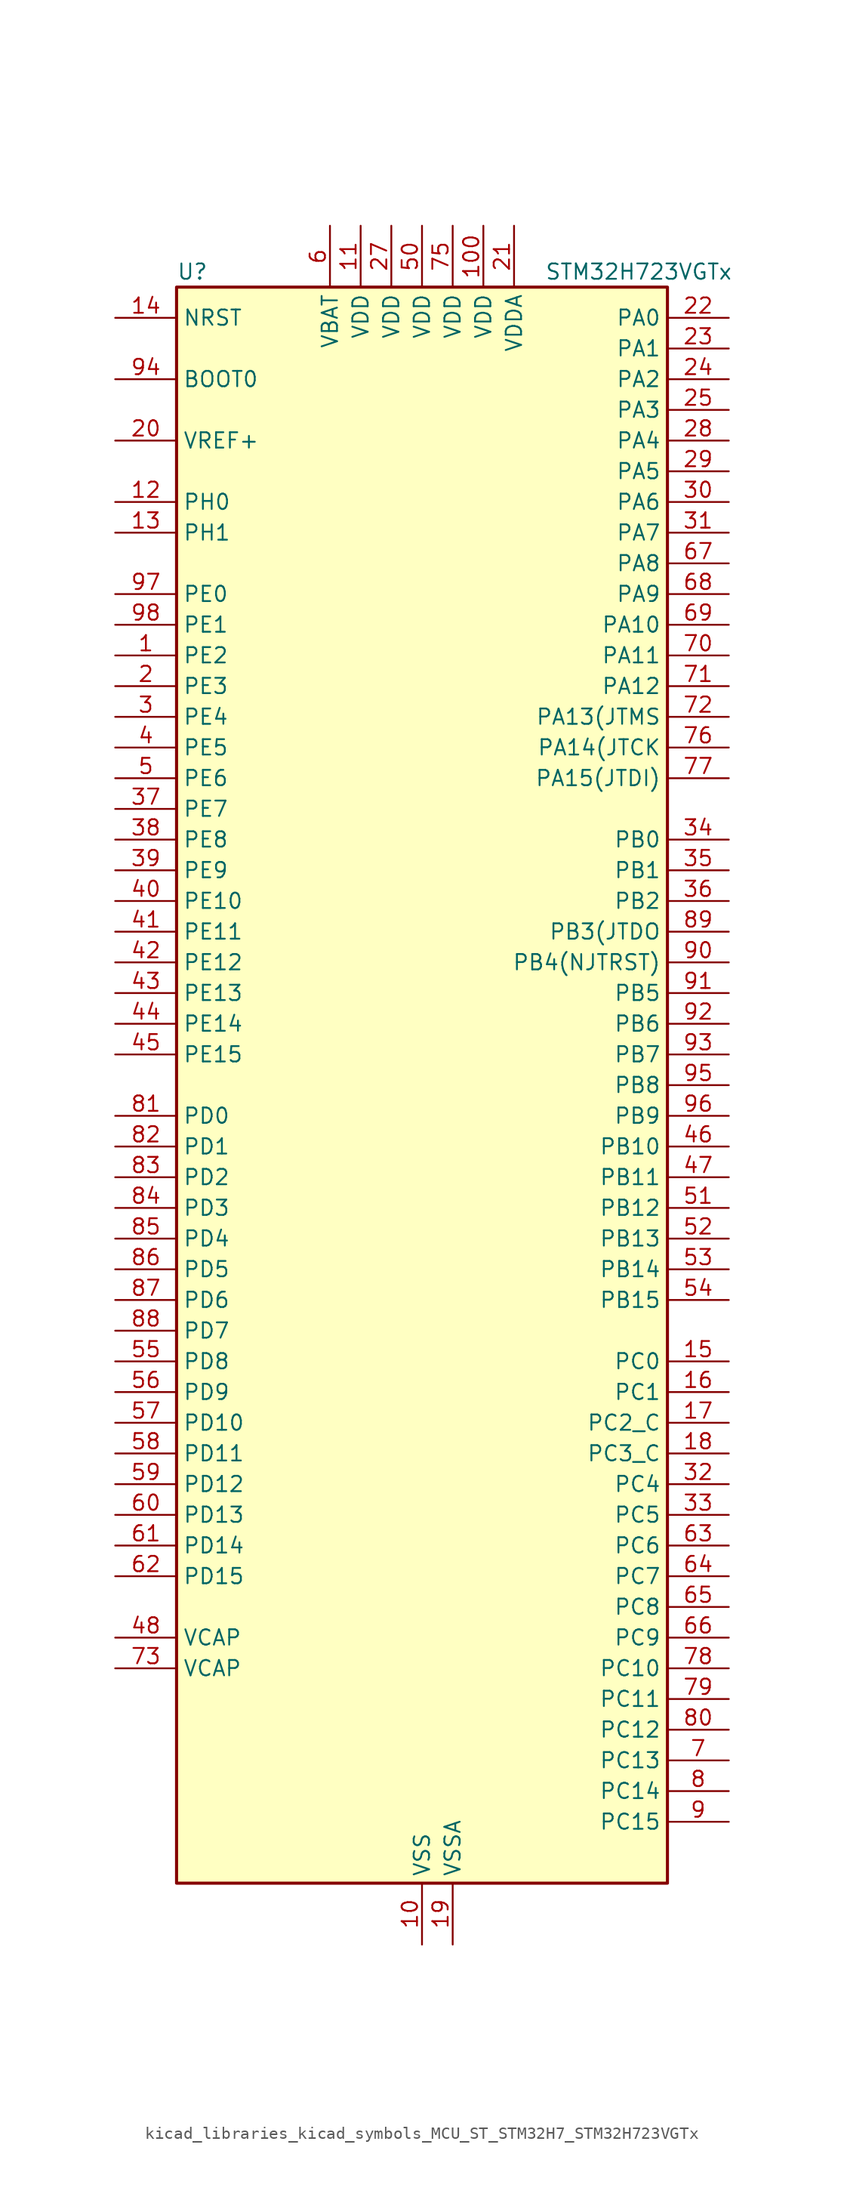
<source format=kicad_sym>
(kicad_symbol_lib
  (version 20220914)
  (generator kicad_symbol_editor)
  (symbol "kicad_libraries_kicad_symbols_MCU_ST_STM32H7_STM32H723VGTx"
    (property "Reference" "U"
      (at -20.32 67.31 0)
      (effects (font (size 1.27 1.27)) (justify left)))
    (property "Value" "STM32H723VGTx"
      (at 10.16 67.31 0)
      (effects (font (size 1.27 1.27)) (justify left)))
    (property "ki_locked" ""
      (at 0 0 0)
      (effects (font (size 1.27 1.27))))
    (symbol "kicad_libraries_kicad_symbols_MCU_ST_STM32H7_STM32H723VGTx_0_1"
      (rectangle (start -20.32 -66.04) (end 20.32 66.04) (stroke (width 0.254) (type default)) (fill (type background))))
    (symbol "kicad_libraries_kicad_symbols_MCU_ST_STM32H7_STM32H723VGTx_1_1"
      (pin bidirectional line (at -25.4 35.56 0) (length 5.08) (name "PE2" (effects (font (size 1.27 1.27)))) (number "1" (effects (font (size 1.27 1.27)))) (alternate "DEBUG_TRACECLK" bidirectional line) (alternate "ETH_TXD3" bidirectional line) (alternate "FMC_A23" bidirectional line) (alternate "OCTOSPIM_P1_IO2" bidirectional line) (alternate "SAI1_CK1" bidirectional line) (alternate "SAI1_MCLK_A" bidirectional line) (alternate "SAI4_CK1" bidirectional line) (alternate "SAI4_MCLK_A" bidirectional line) (alternate "SPI4_SCK" bidirectional line) (alternate "USART10_RX" bidirectional line))
      (pin power_in line (at 0 -71.12 90) (length 5.08) (name "VSS" (effects (font (size 1.27 1.27)))) (number "10" (effects (font (size 1.27 1.27)))))
      (pin power_in line (at 5.08 71.12 270) (length 5.08) (name "VDD" (effects (font (size 1.27 1.27)))) (number "100" (effects (font (size 1.27 1.27)))))
      (pin power_in line (at -5.08 71.12 270) (length 5.08) (name "VDD" (effects (font (size 1.27 1.27)))) (number "11" (effects (font (size 1.27 1.27)))))
      (pin bidirectional line (at -25.4 48.26 0) (length 5.08) (name "PH0" (effects (font (size 1.27 1.27)))) (number "12" (effects (font (size 1.27 1.27)))) (alternate "RCC_OSC_IN" bidirectional line))
      (pin bidirectional line (at -25.4 45.72 0) (length 5.08) (name "PH1" (effects (font (size 1.27 1.27)))) (number "13" (effects (font (size 1.27 1.27)))) (alternate "RCC_OSC_OUT" bidirectional line))
      (pin input line (at -25.4 63.5 0) (length 5.08) (name "NRST" (effects (font (size 1.27 1.27)))) (number "14" (effects (font (size 1.27 1.27)))))
      (pin bidirectional line (at 25.4 -22.86 180) (length 5.08) (name "PC0" (effects (font (size 1.27 1.27)))) (number "15" (effects (font (size 1.27 1.27)))) (alternate "ADC1_INP10" bidirectional line) (alternate "ADC2_INP10" bidirectional line) (alternate "ADC3_INP10" bidirectional line) (alternate "DFSDM1_CKIN0" bidirectional line) (alternate "DFSDM1_DATIN4" bidirectional line) (alternate "FMC_A25" bidirectional line) (alternate "FMC_D12" bidirectional line) (alternate "FMC_DA12" bidirectional line) (alternate "FMC_SDNWE" bidirectional line) (alternate "LTDC_G2" bidirectional line) (alternate "LTDC_R5" bidirectional line) (alternate "SAI4_FS_B" bidirectional line) (alternate "USB_OTG_HS_ULPI_STP" bidirectional line))
      (pin bidirectional line (at 25.4 -25.4 180) (length 5.08) (name "PC1" (effects (font (size 1.27 1.27)))) (number "16" (effects (font (size 1.27 1.27)))) (alternate "ADC1_INN10" bidirectional line) (alternate "ADC1_INP11" bidirectional line) (alternate "ADC2_INN10" bidirectional line) (alternate "ADC2_INP11" bidirectional line) (alternate "ADC3_INN10" bidirectional line) (alternate "ADC3_INP11" bidirectional line) (alternate "DEBUG_TRACED0" bidirectional line) (alternate "DFSDM1_CKIN4" bidirectional line) (alternate "DFSDM1_DATIN0" bidirectional line) (alternate "ETH_MDC" bidirectional line) (alternate "I2S2_SDO" bidirectional line) (alternate "LTDC_G5" bidirectional line) (alternate "MDIOS_MDC" bidirectional line) (alternate "OCTOSPIM_P1_IO4" bidirectional line) (alternate "PWR_WKUP6" bidirectional line) (alternate "RTC_TAMP3" bidirectional line) (alternate "SAI1_D1" bidirectional line) (alternate "SAI1_SD_A" bidirectional line) (alternate "SAI4_D1" bidirectional line) (alternate "SAI4_SD_A" bidirectional line) (alternate "SDMMC2_CK" bidirectional line) (alternate "SPI2_MOSI" bidirectional line))
      (pin bidirectional line (at 25.4 -27.94 180) (length 5.08) (name "PC2_C" (effects (font (size 1.27 1.27)))) (number "17" (effects (font (size 1.27 1.27)))) (alternate "ADC3_INN1" bidirectional line) (alternate "ADC3_INP0" bidirectional line) (alternate "DFSDM1_CKIN1" bidirectional line) (alternate "DFSDM1_CKOUT" bidirectional line) (alternate "ETH_TXD2" bidirectional line) (alternate "FMC_SDNE0" bidirectional line) (alternate "I2S2_SDI" bidirectional line) (alternate "OCTOSPIM_P1_IO2" bidirectional line) (alternate "OCTOSPIM_P1_IO5" bidirectional line) (alternate "PWR_CSTOP" bidirectional line) (alternate "SPI2_MISO" bidirectional line) (alternate "USB_OTG_HS_ULPI_DIR" bidirectional line))
      (pin bidirectional line (at 25.4 -30.48 180) (length 5.08) (name "PC3_C" (effects (font (size 1.27 1.27)))) (number "18" (effects (font (size 1.27 1.27)))) (alternate "ADC3_INP1" bidirectional line) (alternate "DFSDM1_DATIN1" bidirectional line) (alternate "ETH_TX_CLK" bidirectional line) (alternate "FMC_SDCKE0" bidirectional line) (alternate "I2S2_SDO" bidirectional line) (alternate "OCTOSPIM_P1_IO0" bidirectional line) (alternate "OCTOSPIM_P1_IO6" bidirectional line) (alternate "PWR_CSLEEP" bidirectional line) (alternate "SPI2_MOSI" bidirectional line) (alternate "USB_OTG_HS_ULPI_NXT" bidirectional line))
      (pin power_in line (at 2.54 -71.12 90) (length 5.08) (name "VSSA" (effects (font (size 1.27 1.27)))) (number "19" (effects (font (size 1.27 1.27)))))
      (pin bidirectional line (at -25.4 33.02 0) (length 5.08) (name "PE3" (effects (font (size 1.27 1.27)))) (number "2" (effects (font (size 1.27 1.27)))) (alternate "DEBUG_TRACED0" bidirectional line) (alternate "FMC_A19" bidirectional line) (alternate "SAI1_SD_B" bidirectional line) (alternate "SAI4_SD_B" bidirectional line) (alternate "TIM15_BKIN" bidirectional line) (alternate "USART10_TX" bidirectional line))
      (pin input line (at -25.4 53.34 0) (length 5.08) (name "VREF+" (effects (font (size 1.27 1.27)))) (number "20" (effects (font (size 1.27 1.27)))) (alternate "VREFBUF_OUT" bidirectional line))
      (pin power_in line (at 7.62 71.12 270) (length 5.08) (name "VDDA" (effects (font (size 1.27 1.27)))) (number "21" (effects (font (size 1.27 1.27)))))
      (pin bidirectional line (at 25.4 63.5 180) (length 5.08) (name "PA0" (effects (font (size 1.27 1.27)))) (number "22" (effects (font (size 1.27 1.27)))) (alternate "ADC1_INP16" bidirectional line) (alternate "ETH_CRS" bidirectional line) (alternate "FMC_A19" bidirectional line) (alternate "I2S6_WS" bidirectional line) (alternate "PWR_WKUP1" bidirectional line) (alternate "SAI4_SD_B" bidirectional line) (alternate "SDMMC2_CMD" bidirectional line) (alternate "SPI6_NSS" bidirectional line) (alternate "TIM15_BKIN" bidirectional line) (alternate "TIM2_CH1" bidirectional line) (alternate "TIM2_ETR" bidirectional line) (alternate "TIM5_CH1" bidirectional line) (alternate "TIM8_ETR" bidirectional line) (alternate "UART4_TX" bidirectional line) (alternate "USART2_CTS" bidirectional line) (alternate "USART2_NSS" bidirectional line))
      (pin bidirectional line (at 25.4 60.96 180) (length 5.08) (name "PA1" (effects (font (size 1.27 1.27)))) (number "23" (effects (font (size 1.27 1.27)))) (alternate "ADC1_INN16" bidirectional line) (alternate "ADC1_INP17" bidirectional line) (alternate "ETH_REF_CLK" bidirectional line) (alternate "ETH_RX_CLK" bidirectional line) (alternate "LPTIM3_OUT" bidirectional line) (alternate "LTDC_R2" bidirectional line) (alternate "OCTOSPIM_P1_DQS" bidirectional line) (alternate "OCTOSPIM_P1_IO3" bidirectional line) (alternate "SAI4_MCLK_B" bidirectional line) (alternate "TIM15_CH1N" bidirectional line) (alternate "TIM2_CH2" bidirectional line) (alternate "TIM5_CH2" bidirectional line) (alternate "UART4_RX" bidirectional line) (alternate "USART2_DE" bidirectional line) (alternate "USART2_RTS" bidirectional line))
      (pin bidirectional line (at 25.4 58.42 180) (length 5.08) (name "PA2" (effects (font (size 1.27 1.27)))) (number "24" (effects (font (size 1.27 1.27)))) (alternate "ADC1_INP14" bidirectional line) (alternate "ADC2_INP14" bidirectional line) (alternate "ETH_MDIO" bidirectional line) (alternate "LPTIM4_OUT" bidirectional line) (alternate "LTDC_R1" bidirectional line) (alternate "MDIOS_MDIO" bidirectional line) (alternate "OCTOSPIM_P1_IO0" bidirectional line) (alternate "PWR_WKUP2" bidirectional line) (alternate "SAI4_SCK_B" bidirectional line) (alternate "TIM15_CH1" bidirectional line) (alternate "TIM2_CH3" bidirectional line) (alternate "TIM5_CH3" bidirectional line) (alternate "USART2_TX" bidirectional line))
      (pin bidirectional line (at 25.4 55.88 180) (length 5.08) (name "PA3" (effects (font (size 1.27 1.27)))) (number "25" (effects (font (size 1.27 1.27)))) (alternate "ADC1_INP15" bidirectional line) (alternate "ADC2_INP15" bidirectional line) (alternate "ETH_COL" bidirectional line) (alternate "I2S6_MCK" bidirectional line) (alternate "LPTIM5_OUT" bidirectional line) (alternate "LTDC_B2" bidirectional line) (alternate "LTDC_B5" bidirectional line) (alternate "OCTOSPIM_P1_CLK" bidirectional line) (alternate "OCTOSPIM_P1_IO2" bidirectional line) (alternate "TIM15_CH2" bidirectional line) (alternate "TIM2_CH4" bidirectional line) (alternate "TIM5_CH4" bidirectional line) (alternate "USART2_RX" bidirectional line) (alternate "USB_OTG_HS_ULPI_D0" bidirectional line))
      (pin passive line (at 0 -71.12 90) (length 5.08) hide (name "VSS" (effects (font (size 1.27 1.27)))) (number "26" (effects (font (size 1.27 1.27)))))
      (pin power_in line (at -2.54 71.12 270) (length 5.08) (name "VDD" (effects (font (size 1.27 1.27)))) (number "27" (effects (font (size 1.27 1.27)))))
      (pin bidirectional line (at 25.4 53.34 180) (length 5.08) (name "PA4" (effects (font (size 1.27 1.27)))) (number "28" (effects (font (size 1.27 1.27)))) (alternate "ADC1_INP18" bidirectional line) (alternate "ADC2_INP18" bidirectional line) (alternate "DAC1_OUT1" bidirectional line) (alternate "DCMI_HSYNC" bidirectional line) (alternate "FMC_D8" bidirectional line) (alternate "FMC_DA8" bidirectional line) (alternate "I2S1_WS" bidirectional line) (alternate "I2S3_WS" bidirectional line) (alternate "I2S6_WS" bidirectional line) (alternate "LTDC_VSYNC" bidirectional line) (alternate "PSSI_DE" bidirectional line) (alternate "SPI1_NSS" bidirectional line) (alternate "SPI3_NSS" bidirectional line) (alternate "SPI6_NSS" bidirectional line) (alternate "TIM5_ETR" bidirectional line) (alternate "USART2_CK" bidirectional line))
      (pin bidirectional line (at 25.4 50.8 180) (length 5.08) (name "PA5" (effects (font (size 1.27 1.27)))) (number "29" (effects (font (size 1.27 1.27)))) (alternate "ADC1_INN18" bidirectional line) (alternate "ADC1_INP19" bidirectional line) (alternate "ADC2_INN18" bidirectional line) (alternate "ADC2_INP19" bidirectional line) (alternate "DAC1_OUT2" bidirectional line) (alternate "FMC_D9" bidirectional line) (alternate "FMC_DA9" bidirectional line) (alternate "I2S1_CK" bidirectional line) (alternate "I2S6_CK" bidirectional line) (alternate "LTDC_R4" bidirectional line) (alternate "PSSI_D14" bidirectional line) (alternate "PWR_NDSTOP2" bidirectional line) (alternate "SPI1_SCK" bidirectional line) (alternate "SPI6_SCK" bidirectional line) (alternate "TIM2_CH1" bidirectional line) (alternate "TIM2_ETR" bidirectional line) (alternate "TIM8_CH1N" bidirectional line) (alternate "USB_OTG_HS_ULPI_CK" bidirectional line))
      (pin bidirectional line (at -25.4 30.48 0) (length 5.08) (name "PE4" (effects (font (size 1.27 1.27)))) (number "3" (effects (font (size 1.27 1.27)))) (alternate "DCMI_D4" bidirectional line) (alternate "DEBUG_TRACED1" bidirectional line) (alternate "DFSDM1_DATIN3" bidirectional line) (alternate "FMC_A20" bidirectional line) (alternate "LTDC_B0" bidirectional line) (alternate "PSSI_D4" bidirectional line) (alternate "SAI1_D2" bidirectional line) (alternate "SAI1_FS_A" bidirectional line) (alternate "SAI4_D2" bidirectional line) (alternate "SAI4_FS_A" bidirectional line) (alternate "SPI4_NSS" bidirectional line) (alternate "TIM15_CH1N" bidirectional line))
      (pin bidirectional line (at 25.4 48.26 180) (length 5.08) (name "PA6" (effects (font (size 1.27 1.27)))) (number "30" (effects (font (size 1.27 1.27)))) (alternate "ADC1_INP3" bidirectional line) (alternate "ADC2_INP3" bidirectional line) (alternate "DCMI_PIXCLK" bidirectional line) (alternate "I2S1_SDI" bidirectional line) (alternate "I2S6_SDI" bidirectional line) (alternate "LTDC_G2" bidirectional line) (alternate "MDIOS_MDC" bidirectional line) (alternate "OCTOSPIM_P1_IO3" bidirectional line) (alternate "PSSI_PDCK" bidirectional line) (alternate "SPI1_MISO" bidirectional line) (alternate "SPI6_MISO" bidirectional line) (alternate "TIM13_CH1" bidirectional line) (alternate "TIM1_BKIN" bidirectional line) (alternate "TIM1_BKIN_COMP1" bidirectional line) (alternate "TIM1_BKIN_COMP2" bidirectional line) (alternate "TIM3_CH1" bidirectional line) (alternate "TIM8_BKIN" bidirectional line) (alternate "TIM8_BKIN_COMP1" bidirectional line) (alternate "TIM8_BKIN_COMP2" bidirectional line))
      (pin bidirectional line (at 25.4 45.72 180) (length 5.08) (name "PA7" (effects (font (size 1.27 1.27)))) (number "31" (effects (font (size 1.27 1.27)))) (alternate "ADC1_INN3" bidirectional line) (alternate "ADC1_INP7" bidirectional line) (alternate "ADC2_INN3" bidirectional line) (alternate "ADC2_INP7" bidirectional line) (alternate "ETH_CRS_DV" bidirectional line) (alternate "ETH_RX_DV" bidirectional line) (alternate "FMC_SDNWE" bidirectional line) (alternate "I2S1_SDO" bidirectional line) (alternate "I2S6_SDO" bidirectional line) (alternate "LTDC_VSYNC" bidirectional line) (alternate "OCTOSPIM_P1_IO2" bidirectional line) (alternate "OPAMP1_VINM" bidirectional line) (alternate "SPI1_MOSI" bidirectional line) (alternate "SPI6_MOSI" bidirectional line) (alternate "TIM14_CH1" bidirectional line) (alternate "TIM1_CH1N" bidirectional line) (alternate "TIM3_CH2" bidirectional line) (alternate "TIM8_CH1N" bidirectional line))
      (pin bidirectional line (at 25.4 -33.02 180) (length 5.08) (name "PC4" (effects (font (size 1.27 1.27)))) (number "32" (effects (font (size 1.27 1.27)))) (alternate "ADC1_INP4" bidirectional line) (alternate "ADC2_INP4" bidirectional line) (alternate "COMP1_INM" bidirectional line) (alternate "DFSDM1_CKIN2" bidirectional line) (alternate "ETH_RXD0" bidirectional line) (alternate "FMC_A22" bidirectional line) (alternate "FMC_SDNE0" bidirectional line) (alternate "I2S1_MCK" bidirectional line) (alternate "LTDC_R7" bidirectional line) (alternate "OPAMP1_VOUT" bidirectional line) (alternate "SDMMC2_CKIN" bidirectional line) (alternate "SPDIFRX1_IN2" bidirectional line))
      (pin bidirectional line (at 25.4 -35.56 180) (length 5.08) (name "PC5" (effects (font (size 1.27 1.27)))) (number "33" (effects (font (size 1.27 1.27)))) (alternate "ADC1_INN4" bidirectional line) (alternate "ADC1_INP8" bidirectional line) (alternate "ADC2_INN4" bidirectional line) (alternate "ADC2_INP8" bidirectional line) (alternate "COMP1_OUT" bidirectional line) (alternate "DFSDM1_DATIN2" bidirectional line) (alternate "ETH_RXD1" bidirectional line) (alternate "FMC_SDCKE0" bidirectional line) (alternate "LTDC_DE" bidirectional line) (alternate "OCTOSPIM_P1_DQS" bidirectional line) (alternate "OPAMP1_VINM" bidirectional line) (alternate "PSSI_D15" bidirectional line) (alternate "SAI1_D3" bidirectional line) (alternate "SAI4_D3" bidirectional line) (alternate "SPDIFRX1_IN3" bidirectional line))
      (pin bidirectional line (at 25.4 20.32 180) (length 5.08) (name "PB0" (effects (font (size 1.27 1.27)))) (number "34" (effects (font (size 1.27 1.27)))) (alternate "ADC1_INN5" bidirectional line) (alternate "ADC1_INP9" bidirectional line) (alternate "ADC2_INN5" bidirectional line) (alternate "ADC2_INP9" bidirectional line) (alternate "COMP1_INP" bidirectional line) (alternate "DFSDM1_CKOUT" bidirectional line) (alternate "ETH_RXD2" bidirectional line) (alternate "LTDC_G1" bidirectional line) (alternate "LTDC_R3" bidirectional line) (alternate "OCTOSPIM_P1_IO1" bidirectional line) (alternate "OPAMP1_VINP" bidirectional line) (alternate "TIM1_CH2N" bidirectional line) (alternate "TIM3_CH3" bidirectional line) (alternate "TIM8_CH2N" bidirectional line) (alternate "UART4_CTS" bidirectional line) (alternate "USB_OTG_HS_ULPI_D1" bidirectional line))
      (pin bidirectional line (at 25.4 17.78 180) (length 5.08) (name "PB1" (effects (font (size 1.27 1.27)))) (number "35" (effects (font (size 1.27 1.27)))) (alternate "ADC1_INP5" bidirectional line) (alternate "ADC2_INP5" bidirectional line) (alternate "COMP1_INM" bidirectional line) (alternate "DFSDM1_DATIN1" bidirectional line) (alternate "ETH_RXD3" bidirectional line) (alternate "LTDC_G0" bidirectional line) (alternate "LTDC_R6" bidirectional line) (alternate "OCTOSPIM_P1_IO0" bidirectional line) (alternate "TIM1_CH3N" bidirectional line) (alternate "TIM3_CH4" bidirectional line) (alternate "TIM8_CH3N" bidirectional line) (alternate "USB_OTG_HS_ULPI_D2" bidirectional line))
      (pin bidirectional line (at 25.4 15.24 180) (length 5.08) (name "PB2" (effects (font (size 1.27 1.27)))) (number "36" (effects (font (size 1.27 1.27)))) (alternate "COMP1_INP" bidirectional line) (alternate "DFSDM1_CKIN1" bidirectional line) (alternate "ETH_TX_ER" bidirectional line) (alternate "I2S3_SDO" bidirectional line) (alternate "OCTOSPIM_P1_CLK" bidirectional line) (alternate "OCTOSPIM_P1_DQS" bidirectional line) (alternate "RTC_OUT_ALARM" bidirectional line) (alternate "RTC_OUT_CALIB" bidirectional line) (alternate "SAI1_D1" bidirectional line) (alternate "SAI1_SD_A" bidirectional line) (alternate "SAI4_D1" bidirectional line) (alternate "SAI4_SD_A" bidirectional line) (alternate "SPI3_MOSI" bidirectional line) (alternate "TIM23_ETR" bidirectional line))
      (pin bidirectional line (at -25.4 22.86 0) (length 5.08) (name "PE7" (effects (font (size 1.27 1.27)))) (number "37" (effects (font (size 1.27 1.27)))) (alternate "COMP2_INM" bidirectional line) (alternate "DFSDM1_DATIN2" bidirectional line) (alternate "FMC_D4" bidirectional line) (alternate "FMC_DA4" bidirectional line) (alternate "OCTOSPIM_P1_IO4" bidirectional line) (alternate "OPAMP2_VOUT" bidirectional line) (alternate "TIM1_ETR" bidirectional line) (alternate "UART7_RX" bidirectional line))
      (pin bidirectional line (at -25.4 20.32 0) (length 5.08) (name "PE8" (effects (font (size 1.27 1.27)))) (number "38" (effects (font (size 1.27 1.27)))) (alternate "COMP2_OUT" bidirectional line) (alternate "DFSDM1_CKIN2" bidirectional line) (alternate "FMC_D5" bidirectional line) (alternate "FMC_DA5" bidirectional line) (alternate "OCTOSPIM_P1_IO5" bidirectional line) (alternate "OPAMP2_VINM" bidirectional line) (alternate "TIM1_CH1N" bidirectional line) (alternate "UART7_TX" bidirectional line))
      (pin bidirectional line (at -25.4 17.78 0) (length 5.08) (name "PE9" (effects (font (size 1.27 1.27)))) (number "39" (effects (font (size 1.27 1.27)))) (alternate "COMP2_INP" bidirectional line) (alternate "DAC1_EXTI9" bidirectional line) (alternate "DFSDM1_CKOUT" bidirectional line) (alternate "FMC_D6" bidirectional line) (alternate "FMC_DA6" bidirectional line) (alternate "OCTOSPIM_P1_IO6" bidirectional line) (alternate "OPAMP2_VINP" bidirectional line) (alternate "TIM1_CH1" bidirectional line) (alternate "UART7_DE" bidirectional line) (alternate "UART7_RTS" bidirectional line))
      (pin bidirectional line (at -25.4 27.94 0) (length 5.08) (name "PE5" (effects (font (size 1.27 1.27)))) (number "4" (effects (font (size 1.27 1.27)))) (alternate "DCMI_D6" bidirectional line) (alternate "DEBUG_TRACED2" bidirectional line) (alternate "DFSDM1_CKIN3" bidirectional line) (alternate "FMC_A21" bidirectional line) (alternate "LTDC_G0" bidirectional line) (alternate "PSSI_D6" bidirectional line) (alternate "SAI1_CK2" bidirectional line) (alternate "SAI1_SCK_A" bidirectional line) (alternate "SAI4_CK2" bidirectional line) (alternate "SAI4_SCK_A" bidirectional line) (alternate "SPI4_MISO" bidirectional line) (alternate "TIM15_CH1" bidirectional line))
      (pin bidirectional line (at -25.4 15.24 0) (length 5.08) (name "PE10" (effects (font (size 1.27 1.27)))) (number "40" (effects (font (size 1.27 1.27)))) (alternate "COMP2_INM" bidirectional line) (alternate "DFSDM1_DATIN4" bidirectional line) (alternate "FMC_D7" bidirectional line) (alternate "FMC_DA7" bidirectional line) (alternate "OCTOSPIM_P1_IO7" bidirectional line) (alternate "TIM1_CH2N" bidirectional line) (alternate "UART7_CTS" bidirectional line))
      (pin bidirectional line (at -25.4 12.7 0) (length 5.08) (name "PE11" (effects (font (size 1.27 1.27)))) (number "41" (effects (font (size 1.27 1.27)))) (alternate "ADC1_EXTI11" bidirectional line) (alternate "ADC2_EXTI11" bidirectional line) (alternate "ADC3_EXTI11" bidirectional line) (alternate "COMP2_INP" bidirectional line) (alternate "DFSDM1_CKIN4" bidirectional line) (alternate "FMC_D8" bidirectional line) (alternate "FMC_DA8" bidirectional line) (alternate "LTDC_G3" bidirectional line) (alternate "OCTOSPIM_P1_NCS" bidirectional line) (alternate "SAI4_SD_B" bidirectional line) (alternate "SPI4_NSS" bidirectional line) (alternate "TIM1_CH2" bidirectional line))
      (pin bidirectional line (at -25.4 10.16 0) (length 5.08) (name "PE12" (effects (font (size 1.27 1.27)))) (number "42" (effects (font (size 1.27 1.27)))) (alternate "COMP1_OUT" bidirectional line) (alternate "DFSDM1_DATIN5" bidirectional line) (alternate "FMC_D9" bidirectional line) (alternate "FMC_DA9" bidirectional line) (alternate "LTDC_B4" bidirectional line) (alternate "SAI4_SCK_B" bidirectional line) (alternate "SPI4_SCK" bidirectional line) (alternate "TIM1_CH3N" bidirectional line))
      (pin bidirectional line (at -25.4 7.62 0) (length 5.08) (name "PE13" (effects (font (size 1.27 1.27)))) (number "43" (effects (font (size 1.27 1.27)))) (alternate "COMP2_OUT" bidirectional line) (alternate "DFSDM1_CKIN5" bidirectional line) (alternate "FMC_D10" bidirectional line) (alternate "FMC_DA10" bidirectional line) (alternate "LTDC_DE" bidirectional line) (alternate "SAI4_FS_B" bidirectional line) (alternate "SPI4_MISO" bidirectional line) (alternate "TIM1_CH3" bidirectional line))
      (pin bidirectional line (at -25.4 5.08 0) (length 5.08) (name "PE14" (effects (font (size 1.27 1.27)))) (number "44" (effects (font (size 1.27 1.27)))) (alternate "FMC_D11" bidirectional line) (alternate "FMC_DA11" bidirectional line) (alternate "LTDC_CLK" bidirectional line) (alternate "SAI4_MCLK_B" bidirectional line) (alternate "SPI4_MOSI" bidirectional line) (alternate "TIM1_CH4" bidirectional line))
      (pin bidirectional line (at -25.4 2.54 0) (length 5.08) (name "PE15" (effects (font (size 1.27 1.27)))) (number "45" (effects (font (size 1.27 1.27)))) (alternate "ADC1_EXTI15" bidirectional line) (alternate "ADC2_EXTI15" bidirectional line) (alternate "ADC3_EXTI15" bidirectional line) (alternate "FMC_D12" bidirectional line) (alternate "FMC_DA12" bidirectional line) (alternate "LTDC_R7" bidirectional line) (alternate "TIM1_BKIN" bidirectional line) (alternate "TIM1_BKIN_COMP1" bidirectional line) (alternate "TIM1_BKIN_COMP2" bidirectional line) (alternate "USART10_CK" bidirectional line))
      (pin bidirectional line (at 25.4 -5.08 180) (length 5.08) (name "PB10" (effects (font (size 1.27 1.27)))) (number "46" (effects (font (size 1.27 1.27)))) (alternate "DFSDM1_DATIN7" bidirectional line) (alternate "ETH_RX_ER" bidirectional line) (alternate "I2C2_SCL" bidirectional line) (alternate "I2S2_CK" bidirectional line) (alternate "LPTIM2_IN1" bidirectional line) (alternate "LTDC_G4" bidirectional line) (alternate "OCTOSPIM_P1_NCS" bidirectional line) (alternate "SPI2_SCK" bidirectional line) (alternate "TIM2_CH3" bidirectional line) (alternate "USART3_TX" bidirectional line) (alternate "USB_OTG_HS_ULPI_D3" bidirectional line))
      (pin bidirectional line (at 25.4 -7.62 180) (length 5.08) (name "PB11" (effects (font (size 1.27 1.27)))) (number "47" (effects (font (size 1.27 1.27)))) (alternate "ADC1_EXTI11" bidirectional line) (alternate "ADC2_EXTI11" bidirectional line) (alternate "ADC3_EXTI11" bidirectional line) (alternate "DFSDM1_CKIN7" bidirectional line) (alternate "ETH_TX_EN" bidirectional line) (alternate "I2C2_SDA" bidirectional line) (alternate "LPTIM2_ETR" bidirectional line) (alternate "LTDC_G5" bidirectional line) (alternate "TIM2_CH4" bidirectional line) (alternate "USART3_RX" bidirectional line) (alternate "USB_OTG_HS_ULPI_D4" bidirectional line))
      (pin power_out line (at -25.4 -45.72 0) (length 5.08) (name "VCAP" (effects (font (size 1.27 1.27)))) (number "48" (effects (font (size 1.27 1.27)))))
      (pin passive line (at 0 -71.12 90) (length 5.08) hide (name "VSS" (effects (font (size 1.27 1.27)))) (number "49" (effects (font (size 1.27 1.27)))))
      (pin bidirectional line (at -25.4 25.4 0) (length 5.08) (name "PE6" (effects (font (size 1.27 1.27)))) (number "5" (effects (font (size 1.27 1.27)))) (alternate "DCMI_D7" bidirectional line) (alternate "DEBUG_TRACED3" bidirectional line) (alternate "FMC_A22" bidirectional line) (alternate "LTDC_G1" bidirectional line) (alternate "PSSI_D7" bidirectional line) (alternate "SAI1_D1" bidirectional line) (alternate "SAI1_SD_A" bidirectional line) (alternate "SAI4_D1" bidirectional line) (alternate "SAI4_MCLK_B" bidirectional line) (alternate "SAI4_SD_A" bidirectional line) (alternate "SPI4_MOSI" bidirectional line) (alternate "TIM15_CH2" bidirectional line) (alternate "TIM1_BKIN2" bidirectional line) (alternate "TIM1_BKIN2_COMP1" bidirectional line) (alternate "TIM1_BKIN2_COMP2" bidirectional line))
      (pin power_in line (at 0 71.12 270) (length 5.08) (name "VDD" (effects (font (size 1.27 1.27)))) (number "50" (effects (font (size 1.27 1.27)))))
      (pin bidirectional line (at 25.4 -10.16 180) (length 5.08) (name "PB12" (effects (font (size 1.27 1.27)))) (number "51" (effects (font (size 1.27 1.27)))) (alternate "DFSDM1_DATIN1" bidirectional line) (alternate "ETH_TXD0" bidirectional line) (alternate "FDCAN2_RX" bidirectional line) (alternate "I2C2_SMBA" bidirectional line) (alternate "I2S2_WS" bidirectional line) (alternate "OCTOSPIM_P1_IO0" bidirectional line) (alternate "OCTOSPIM_P1_NCLK" bidirectional line) (alternate "SPI2_NSS" bidirectional line) (alternate "TIM1_BKIN" bidirectional line) (alternate "TIM1_BKIN_COMP1" bidirectional line) (alternate "TIM1_BKIN_COMP2" bidirectional line) (alternate "UART5_RX" bidirectional line) (alternate "USART3_CK" bidirectional line) (alternate "USB_OTG_HS_ULPI_D5" bidirectional line))
      (pin bidirectional line (at 25.4 -12.7 180) (length 5.08) (name "PB13" (effects (font (size 1.27 1.27)))) (number "52" (effects (font (size 1.27 1.27)))) (alternate "DCMI_D2" bidirectional line) (alternate "DFSDM1_CKIN1" bidirectional line) (alternate "ETH_TXD1" bidirectional line) (alternate "FDCAN2_TX" bidirectional line) (alternate "I2S2_CK" bidirectional line) (alternate "LPTIM2_OUT" bidirectional line) (alternate "OCTOSPIM_P1_IO2" bidirectional line) (alternate "PSSI_D2" bidirectional line) (alternate "SDMMC1_D0" bidirectional line) (alternate "SPI2_SCK" bidirectional line) (alternate "TIM1_CH1N" bidirectional line) (alternate "UART5_TX" bidirectional line) (alternate "USART3_CTS" bidirectional line) (alternate "USART3_NSS" bidirectional line) (alternate "USB_OTG_HS_ULPI_D6" bidirectional line))
      (pin bidirectional line (at 25.4 -15.24 180) (length 5.08) (name "PB14" (effects (font (size 1.27 1.27)))) (number "53" (effects (font (size 1.27 1.27)))) (alternate "DFSDM1_DATIN2" bidirectional line) (alternate "FMC_D10" bidirectional line) (alternate "FMC_DA10" bidirectional line) (alternate "I2S2_SDI" bidirectional line) (alternate "LTDC_CLK" bidirectional line) (alternate "SDMMC2_D0" bidirectional line) (alternate "SPI2_MISO" bidirectional line) (alternate "TIM12_CH1" bidirectional line) (alternate "TIM1_CH2N" bidirectional line) (alternate "TIM8_CH2N" bidirectional line) (alternate "UART4_DE" bidirectional line) (alternate "UART4_RTS" bidirectional line) (alternate "USART1_TX" bidirectional line) (alternate "USART3_DE" bidirectional line) (alternate "USART3_RTS" bidirectional line))
      (pin bidirectional line (at 25.4 -17.78 180) (length 5.08) (name "PB15" (effects (font (size 1.27 1.27)))) (number "54" (effects (font (size 1.27 1.27)))) (alternate "ADC1_EXTI15" bidirectional line) (alternate "ADC2_EXTI15" bidirectional line) (alternate "ADC3_EXTI15" bidirectional line) (alternate "DFSDM1_CKIN2" bidirectional line) (alternate "FMC_D11" bidirectional line) (alternate "FMC_DA11" bidirectional line) (alternate "I2S2_SDO" bidirectional line) (alternate "LTDC_G7" bidirectional line) (alternate "RTC_REFIN" bidirectional line) (alternate "SDMMC2_D1" bidirectional line) (alternate "SPI2_MOSI" bidirectional line) (alternate "TIM12_CH2" bidirectional line) (alternate "TIM1_CH3N" bidirectional line) (alternate "TIM8_CH3N" bidirectional line) (alternate "UART4_CTS" bidirectional line) (alternate "USART1_RX" bidirectional line))
      (pin bidirectional line (at -25.4 -22.86 0) (length 5.08) (name "PD8" (effects (font (size 1.27 1.27)))) (number "55" (effects (font (size 1.27 1.27)))) (alternate "DFSDM1_CKIN3" bidirectional line) (alternate "FMC_D13" bidirectional line) (alternate "FMC_DA13" bidirectional line) (alternate "SPDIFRX1_IN1" bidirectional line) (alternate "USART3_TX" bidirectional line))
      (pin bidirectional line (at -25.4 -25.4 0) (length 5.08) (name "PD9" (effects (font (size 1.27 1.27)))) (number "56" (effects (font (size 1.27 1.27)))) (alternate "DAC1_EXTI9" bidirectional line) (alternate "DFSDM1_DATIN3" bidirectional line) (alternate "FMC_D14" bidirectional line) (alternate "FMC_DA14" bidirectional line) (alternate "USART3_RX" bidirectional line))
      (pin bidirectional line (at -25.4 -27.94 0) (length 5.08) (name "PD10" (effects (font (size 1.27 1.27)))) (number "57" (effects (font (size 1.27 1.27)))) (alternate "DFSDM1_CKOUT" bidirectional line) (alternate "FMC_D15" bidirectional line) (alternate "FMC_DA15" bidirectional line) (alternate "LTDC_B3" bidirectional line) (alternate "USART3_CK" bidirectional line))
      (pin bidirectional line (at -25.4 -30.48 0) (length 5.08) (name "PD11" (effects (font (size 1.27 1.27)))) (number "58" (effects (font (size 1.27 1.27)))) (alternate "ADC1_EXTI11" bidirectional line) (alternate "ADC2_EXTI11" bidirectional line) (alternate "ADC3_EXTI11" bidirectional line) (alternate "FMC_A16" bidirectional line) (alternate "FMC_CLE" bidirectional line) (alternate "I2C4_SMBA" bidirectional line) (alternate "LPTIM2_IN2" bidirectional line) (alternate "OCTOSPIM_P1_IO0" bidirectional line) (alternate "SAI4_SD_A" bidirectional line) (alternate "USART3_CTS" bidirectional line) (alternate "USART3_NSS" bidirectional line))
      (pin bidirectional line (at -25.4 -33.02 0) (length 5.08) (name "PD12" (effects (font (size 1.27 1.27)))) (number "59" (effects (font (size 1.27 1.27)))) (alternate "DCMI_D12" bidirectional line) (alternate "FDCAN3_RX" bidirectional line) (alternate "FMC_A17" bidirectional line) (alternate "FMC_ALE" bidirectional line) (alternate "I2C4_SCL" bidirectional line) (alternate "LPTIM1_IN1" bidirectional line) (alternate "LPTIM2_IN1" bidirectional line) (alternate "OCTOSPIM_P1_IO1" bidirectional line) (alternate "PSSI_D12" bidirectional line) (alternate "SAI4_FS_A" bidirectional line) (alternate "TIM4_CH1" bidirectional line) (alternate "USART3_DE" bidirectional line) (alternate "USART3_RTS" bidirectional line))
      (pin power_in line (at -7.62 71.12 270) (length 5.08) (name "VBAT" (effects (font (size 1.27 1.27)))) (number "6" (effects (font (size 1.27 1.27)))))
      (pin bidirectional line (at -25.4 -35.56 0) (length 5.08) (name "PD13" (effects (font (size 1.27 1.27)))) (number "60" (effects (font (size 1.27 1.27)))) (alternate "DCMI_D13" bidirectional line) (alternate "FDCAN3_TX" bidirectional line) (alternate "FMC_A18" bidirectional line) (alternate "I2C4_SDA" bidirectional line) (alternate "LPTIM1_OUT" bidirectional line) (alternate "OCTOSPIM_P1_IO3" bidirectional line) (alternate "PSSI_D13" bidirectional line) (alternate "SAI4_SCK_A" bidirectional line) (alternate "TIM4_CH2" bidirectional line) (alternate "UART9_DE" bidirectional line) (alternate "UART9_RTS" bidirectional line))
      (pin bidirectional line (at -25.4 -38.1 0) (length 5.08) (name "PD14" (effects (font (size 1.27 1.27)))) (number "61" (effects (font (size 1.27 1.27)))) (alternate "FMC_D0" bidirectional line) (alternate "FMC_DA0" bidirectional line) (alternate "TIM4_CH3" bidirectional line) (alternate "UART8_CTS" bidirectional line) (alternate "UART9_RX" bidirectional line))
      (pin bidirectional line (at -25.4 -40.64 0) (length 5.08) (name "PD15" (effects (font (size 1.27 1.27)))) (number "62" (effects (font (size 1.27 1.27)))) (alternate "ADC1_EXTI15" bidirectional line) (alternate "ADC2_EXTI15" bidirectional line) (alternate "ADC3_EXTI15" bidirectional line) (alternate "FMC_D1" bidirectional line) (alternate "FMC_DA1" bidirectional line) (alternate "TIM4_CH4" bidirectional line) (alternate "UART8_DE" bidirectional line) (alternate "UART8_RTS" bidirectional line) (alternate "UART9_TX" bidirectional line))
      (pin bidirectional line (at 25.4 -38.1 180) (length 5.08) (name "PC6" (effects (font (size 1.27 1.27)))) (number "63" (effects (font (size 1.27 1.27)))) (alternate "DCMI_D0" bidirectional line) (alternate "DFSDM1_CKIN3" bidirectional line) (alternate "FMC_NWAIT" bidirectional line) (alternate "I2S2_MCK" bidirectional line) (alternate "LTDC_HSYNC" bidirectional line) (alternate "PSSI_D0" bidirectional line) (alternate "SDMMC1_D0DIR" bidirectional line) (alternate "SDMMC1_D6" bidirectional line) (alternate "SDMMC2_D6" bidirectional line) (alternate "SWPMI1_IO" bidirectional line) (alternate "TIM3_CH1" bidirectional line) (alternate "TIM8_CH1" bidirectional line) (alternate "USART6_TX" bidirectional line))
      (pin bidirectional line (at 25.4 -40.64 180) (length 5.08) (name "PC7" (effects (font (size 1.27 1.27)))) (number "64" (effects (font (size 1.27 1.27)))) (alternate "DCMI_D1" bidirectional line) (alternate "DEBUG_TRGIO" bidirectional line) (alternate "DFSDM1_DATIN3" bidirectional line) (alternate "FMC_NE1" bidirectional line) (alternate "I2S3_MCK" bidirectional line) (alternate "LTDC_G6" bidirectional line) (alternate "PSSI_D1" bidirectional line) (alternate "SDMMC1_D123DIR" bidirectional line) (alternate "SDMMC1_D7" bidirectional line) (alternate "SDMMC2_D7" bidirectional line) (alternate "SWPMI1_TX" bidirectional line) (alternate "TIM3_CH2" bidirectional line) (alternate "TIM8_CH2" bidirectional line) (alternate "USART6_RX" bidirectional line))
      (pin bidirectional line (at 25.4 -43.18 180) (length 5.08) (name "PC8" (effects (font (size 1.27 1.27)))) (number "65" (effects (font (size 1.27 1.27)))) (alternate "DCMI_D2" bidirectional line) (alternate "DEBUG_TRACED1" bidirectional line) (alternate "FMC_INT" bidirectional line) (alternate "FMC_NCE" bidirectional line) (alternate "FMC_NE2" bidirectional line) (alternate "PSSI_D2" bidirectional line) (alternate "SDMMC1_D0" bidirectional line) (alternate "SWPMI1_RX" bidirectional line) (alternate "TIM3_CH3" bidirectional line) (alternate "TIM8_CH3" bidirectional line) (alternate "UART5_DE" bidirectional line) (alternate "UART5_RTS" bidirectional line) (alternate "USART6_CK" bidirectional line))
      (pin bidirectional line (at 25.4 -45.72 180) (length 5.08) (name "PC9" (effects (font (size 1.27 1.27)))) (number "66" (effects (font (size 1.27 1.27)))) (alternate "DAC1_EXTI9" bidirectional line) (alternate "DCMI_D3" bidirectional line) (alternate "I2C3_SDA" bidirectional line) (alternate "I2C5_SDA" bidirectional line) (alternate "I2S_CKIN" bidirectional line) (alternate "LTDC_B2" bidirectional line) (alternate "LTDC_G3" bidirectional line) (alternate "OCTOSPIM_P1_IO0" bidirectional line) (alternate "PSSI_D3" bidirectional line) (alternate "RCC_MCO_2" bidirectional line) (alternate "SDMMC1_D1" bidirectional line) (alternate "SWPMI1_SUSPEND" bidirectional line) (alternate "TIM3_CH4" bidirectional line) (alternate "TIM8_CH4" bidirectional line) (alternate "UART5_CTS" bidirectional line))
      (pin bidirectional line (at 25.4 43.18 180) (length 5.08) (name "PA8" (effects (font (size 1.27 1.27)))) (number "67" (effects (font (size 1.27 1.27)))) (alternate "I2C3_SCL" bidirectional line) (alternate "I2C5_SCL" bidirectional line) (alternate "LTDC_B3" bidirectional line) (alternate "LTDC_R6" bidirectional line) (alternate "RCC_MCO_1" bidirectional line) (alternate "TIM1_CH1" bidirectional line) (alternate "TIM8_BKIN2" bidirectional line) (alternate "TIM8_BKIN2_COMP1" bidirectional line) (alternate "TIM8_BKIN2_COMP2" bidirectional line) (alternate "UART7_RX" bidirectional line) (alternate "USART1_CK" bidirectional line) (alternate "USB_OTG_HS_SOF" bidirectional line))
      (pin bidirectional line (at 25.4 40.64 180) (length 5.08) (name "PA9" (effects (font (size 1.27 1.27)))) (number "68" (effects (font (size 1.27 1.27)))) (alternate "DAC1_EXTI9" bidirectional line) (alternate "DCMI_D0" bidirectional line) (alternate "ETH_TX_ER" bidirectional line) (alternate "I2C3_SMBA" bidirectional line) (alternate "I2C5_SMBA" bidirectional line) (alternate "I2S2_CK" bidirectional line) (alternate "LPUART1_TX" bidirectional line) (alternate "LTDC_R5" bidirectional line) (alternate "PSSI_D0" bidirectional line) (alternate "SPI2_SCK" bidirectional line) (alternate "TIM1_CH2" bidirectional line) (alternate "USART1_TX" bidirectional line) (alternate "USB_OTG_HS_VBUS" bidirectional line))
      (pin bidirectional line (at 25.4 38.1 180) (length 5.08) (name "PA10" (effects (font (size 1.27 1.27)))) (number "69" (effects (font (size 1.27 1.27)))) (alternate "DCMI_D1" bidirectional line) (alternate "LPUART1_RX" bidirectional line) (alternate "LTDC_B1" bidirectional line) (alternate "LTDC_B4" bidirectional line) (alternate "MDIOS_MDIO" bidirectional line) (alternate "PSSI_D1" bidirectional line) (alternate "TIM1_CH3" bidirectional line) (alternate "USART1_RX" bidirectional line) (alternate "USB_OTG_HS_ID" bidirectional line))
      (pin bidirectional line (at 25.4 -55.88 180) (length 5.08) (name "PC13" (effects (font (size 1.27 1.27)))) (number "7" (effects (font (size 1.27 1.27)))) (alternate "PWR_WKUP4" bidirectional line) (alternate "RTC_OUT_ALARM" bidirectional line) (alternate "RTC_OUT_CALIB" bidirectional line) (alternate "RTC_TAMP1" bidirectional line) (alternate "RTC_TS" bidirectional line))
      (pin bidirectional line (at 25.4 35.56 180) (length 5.08) (name "PA11" (effects (font (size 1.27 1.27)))) (number "70" (effects (font (size 1.27 1.27)))) (alternate "ADC1_EXTI11" bidirectional line) (alternate "ADC2_EXTI11" bidirectional line) (alternate "ADC3_EXTI11" bidirectional line) (alternate "FDCAN1_RX" bidirectional line) (alternate "I2S2_WS" bidirectional line) (alternate "LPUART1_CTS" bidirectional line) (alternate "LTDC_R4" bidirectional line) (alternate "SPI2_NSS" bidirectional line) (alternate "TIM1_CH4" bidirectional line) (alternate "UART4_RX" bidirectional line) (alternate "USART1_CTS" bidirectional line) (alternate "USART1_NSS" bidirectional line) (alternate "USB_OTG_HS_DM" bidirectional line))
      (pin bidirectional line (at 25.4 33.02 180) (length 5.08) (name "PA12" (effects (font (size 1.27 1.27)))) (number "71" (effects (font (size 1.27 1.27)))) (alternate "FDCAN1_TX" bidirectional line) (alternate "I2S2_CK" bidirectional line) (alternate "LPUART1_DE" bidirectional line) (alternate "LPUART1_RTS" bidirectional line) (alternate "LTDC_R5" bidirectional line) (alternate "SAI4_FS_B" bidirectional line) (alternate "SPI2_SCK" bidirectional line) (alternate "TIM1_BKIN2" bidirectional line) (alternate "TIM1_ETR" bidirectional line) (alternate "UART4_TX" bidirectional line) (alternate "USART1_DE" bidirectional line) (alternate "USART1_RTS" bidirectional line) (alternate "USB_OTG_HS_DP" bidirectional line))
      (pin bidirectional line (at 25.4 30.48 180) (length 5.08) (name "PA13(JTMS" (effects (font (size 1.27 1.27)))) (number "72" (effects (font (size 1.27 1.27)))) (alternate "DEBUG_JTMS-SWDIO" bidirectional line))
      (pin power_out line (at -25.4 -48.26 0) (length 5.08) (name "VCAP" (effects (font (size 1.27 1.27)))) (number "73" (effects (font (size 1.27 1.27)))))
      (pin passive line (at 0 -71.12 90) (length 5.08) hide (name "VSS" (effects (font (size 1.27 1.27)))) (number "74" (effects (font (size 1.27 1.27)))))
      (pin power_in line (at 2.54 71.12 270) (length 5.08) (name "VDD" (effects (font (size 1.27 1.27)))) (number "75" (effects (font (size 1.27 1.27)))))
      (pin bidirectional line (at 25.4 27.94 180) (length 5.08) (name "PA14(JTCK" (effects (font (size 1.27 1.27)))) (number "76" (effects (font (size 1.27 1.27)))) (alternate "DEBUG_JTCK-SWCLK" bidirectional line))
      (pin bidirectional line (at 25.4 25.4 180) (length 5.08) (name "PA15(JTDI)" (effects (font (size 1.27 1.27)))) (number "77" (effects (font (size 1.27 1.27)))) (alternate "ADC1_EXTI15" bidirectional line) (alternate "ADC2_EXTI15" bidirectional line) (alternate "ADC3_EXTI15" bidirectional line) (alternate "CEC" bidirectional line) (alternate "DEBUG_JTDI" bidirectional line) (alternate "I2S1_WS" bidirectional line) (alternate "I2S3_WS" bidirectional line) (alternate "I2S6_WS" bidirectional line) (alternate "LTDC_B6" bidirectional line) (alternate "LTDC_R3" bidirectional line) (alternate "SPI1_NSS" bidirectional line) (alternate "SPI3_NSS" bidirectional line) (alternate "SPI6_NSS" bidirectional line) (alternate "TIM2_CH1" bidirectional line) (alternate "TIM2_ETR" bidirectional line) (alternate "UART4_DE" bidirectional line) (alternate "UART4_RTS" bidirectional line) (alternate "UART7_TX" bidirectional line))
      (pin bidirectional line (at 25.4 -48.26 180) (length 5.08) (name "PC10" (effects (font (size 1.27 1.27)))) (number "78" (effects (font (size 1.27 1.27)))) (alternate "DCMI_D8" bidirectional line) (alternate "DFSDM1_CKIN5" bidirectional line) (alternate "I2C5_SDA" bidirectional line) (alternate "I2S3_CK" bidirectional line) (alternate "LTDC_B1" bidirectional line) (alternate "LTDC_R2" bidirectional line) (alternate "OCTOSPIM_P1_IO1" bidirectional line) (alternate "PSSI_D8" bidirectional line) (alternate "SDMMC1_D2" bidirectional line) (alternate "SPI3_SCK" bidirectional line) (alternate "SWPMI1_RX" bidirectional line) (alternate "UART4_TX" bidirectional line) (alternate "USART3_TX" bidirectional line))
      (pin bidirectional line (at 25.4 -50.8 180) (length 5.08) (name "PC11" (effects (font (size 1.27 1.27)))) (number "79" (effects (font (size 1.27 1.27)))) (alternate "ADC1_EXTI11" bidirectional line) (alternate "ADC2_EXTI11" bidirectional line) (alternate "ADC3_EXTI11" bidirectional line) (alternate "DCMI_D4" bidirectional line) (alternate "DFSDM1_DATIN5" bidirectional line) (alternate "I2C5_SCL" bidirectional line) (alternate "I2S3_SDI" bidirectional line) (alternate "LTDC_B4" bidirectional line) (alternate "OCTOSPIM_P1_NCS" bidirectional line) (alternate "PSSI_D4" bidirectional line) (alternate "SDMMC1_D3" bidirectional line) (alternate "SPI3_MISO" bidirectional line) (alternate "UART4_RX" bidirectional line) (alternate "USART3_RX" bidirectional line))
      (pin bidirectional line (at 25.4 -58.42 180) (length 5.08) (name "PC14" (effects (font (size 1.27 1.27)))) (number "8" (effects (font (size 1.27 1.27)))) (alternate "RCC_OSC32_IN" bidirectional line))
      (pin bidirectional line (at 25.4 -53.34 180) (length 5.08) (name "PC12" (effects (font (size 1.27 1.27)))) (number "80" (effects (font (size 1.27 1.27)))) (alternate "DCMI_D9" bidirectional line) (alternate "DEBUG_TRACED3" bidirectional line) (alternate "FMC_D6" bidirectional line) (alternate "FMC_DA6" bidirectional line) (alternate "I2C5_SMBA" bidirectional line) (alternate "I2S3_SDO" bidirectional line) (alternate "I2S6_CK" bidirectional line) (alternate "LTDC_R6" bidirectional line) (alternate "PSSI_D9" bidirectional line) (alternate "SDMMC1_CK" bidirectional line) (alternate "SPI3_MOSI" bidirectional line) (alternate "SPI6_SCK" bidirectional line) (alternate "TIM15_CH1" bidirectional line) (alternate "UART5_TX" bidirectional line) (alternate "USART3_CK" bidirectional line))
      (pin bidirectional line (at -25.4 -2.54 0) (length 5.08) (name "PD0" (effects (font (size 1.27 1.27)))) (number "81" (effects (font (size 1.27 1.27)))) (alternate "DFSDM1_CKIN6" bidirectional line) (alternate "FDCAN1_RX" bidirectional line) (alternate "FMC_D2" bidirectional line) (alternate "FMC_DA2" bidirectional line) (alternate "LTDC_B1" bidirectional line) (alternate "UART4_RX" bidirectional line) (alternate "UART9_CTS" bidirectional line))
      (pin bidirectional line (at -25.4 -5.08 0) (length 5.08) (name "PD1" (effects (font (size 1.27 1.27)))) (number "82" (effects (font (size 1.27 1.27)))) (alternate "DFSDM1_DATIN6" bidirectional line) (alternate "FDCAN1_TX" bidirectional line) (alternate "FMC_D3" bidirectional line) (alternate "FMC_DA3" bidirectional line) (alternate "UART4_TX" bidirectional line))
      (pin bidirectional line (at -25.4 -7.62 0) (length 5.08) (name "PD2" (effects (font (size 1.27 1.27)))) (number "83" (effects (font (size 1.27 1.27)))) (alternate "DCMI_D11" bidirectional line) (alternate "DEBUG_TRACED2" bidirectional line) (alternate "FMC_D7" bidirectional line) (alternate "FMC_DA7" bidirectional line) (alternate "LTDC_B2" bidirectional line) (alternate "LTDC_B7" bidirectional line) (alternate "PSSI_D11" bidirectional line) (alternate "SDMMC1_CMD" bidirectional line) (alternate "TIM15_BKIN" bidirectional line) (alternate "TIM3_ETR" bidirectional line) (alternate "UART5_RX" bidirectional line))
      (pin bidirectional line (at -25.4 -10.16 0) (length 5.08) (name "PD3" (effects (font (size 1.27 1.27)))) (number "84" (effects (font (size 1.27 1.27)))) (alternate "DCMI_D5" bidirectional line) (alternate "DFSDM1_CKOUT" bidirectional line) (alternate "FMC_CLK" bidirectional line) (alternate "I2S2_CK" bidirectional line) (alternate "LTDC_G7" bidirectional line) (alternate "PSSI_D5" bidirectional line) (alternate "SPI2_SCK" bidirectional line) (alternate "USART2_CTS" bidirectional line) (alternate "USART2_NSS" bidirectional line))
      (pin bidirectional line (at -25.4 -12.7 0) (length 5.08) (name "PD4" (effects (font (size 1.27 1.27)))) (number "85" (effects (font (size 1.27 1.27)))) (alternate "FMC_NOE" bidirectional line) (alternate "OCTOSPIM_P1_IO4" bidirectional line) (alternate "USART2_DE" bidirectional line) (alternate "USART2_RTS" bidirectional line))
      (pin bidirectional line (at -25.4 -15.24 0) (length 5.08) (name "PD5" (effects (font (size 1.27 1.27)))) (number "86" (effects (font (size 1.27 1.27)))) (alternate "FMC_NWE" bidirectional line) (alternate "OCTOSPIM_P1_IO5" bidirectional line) (alternate "USART2_TX" bidirectional line))
      (pin bidirectional line (at -25.4 -17.78 0) (length 5.08) (name "PD6" (effects (font (size 1.27 1.27)))) (number "87" (effects (font (size 1.27 1.27)))) (alternate "DCMI_D10" bidirectional line) (alternate "DFSDM1_CKIN4" bidirectional line) (alternate "DFSDM1_DATIN1" bidirectional line) (alternate "FMC_NWAIT" bidirectional line) (alternate "I2S3_SDO" bidirectional line) (alternate "LTDC_B2" bidirectional line) (alternate "OCTOSPIM_P1_IO6" bidirectional line) (alternate "PSSI_D10" bidirectional line) (alternate "SAI1_D1" bidirectional line) (alternate "SAI1_SD_A" bidirectional line) (alternate "SAI4_D1" bidirectional line) (alternate "SAI4_SD_A" bidirectional line) (alternate "SDMMC2_CK" bidirectional line) (alternate "SPI3_MOSI" bidirectional line) (alternate "USART2_RX" bidirectional line))
      (pin bidirectional line (at -25.4 -20.32 0) (length 5.08) (name "PD7" (effects (font (size 1.27 1.27)))) (number "88" (effects (font (size 1.27 1.27)))) (alternate "DFSDM1_CKIN1" bidirectional line) (alternate "DFSDM1_DATIN4" bidirectional line) (alternate "FMC_NE1" bidirectional line) (alternate "I2S1_SDO" bidirectional line) (alternate "OCTOSPIM_P1_IO7" bidirectional line) (alternate "SDMMC2_CMD" bidirectional line) (alternate "SPDIFRX1_IN0" bidirectional line) (alternate "SPI1_MOSI" bidirectional line) (alternate "USART2_CK" bidirectional line))
      (pin bidirectional line (at 25.4 12.7 180) (length 5.08) (name "PB3(JTDO" (effects (font (size 1.27 1.27)))) (number "89" (effects (font (size 1.27 1.27)))) (alternate "CRS_SYNC" bidirectional line) (alternate "DEBUG_JTDO-SWO" bidirectional line) (alternate "I2S1_CK" bidirectional line) (alternate "I2S3_CK" bidirectional line) (alternate "I2S6_CK" bidirectional line) (alternate "SDMMC2_D2" bidirectional line) (alternate "SPI1_SCK" bidirectional line) (alternate "SPI3_SCK" bidirectional line) (alternate "SPI6_SCK" bidirectional line) (alternate "TIM24_ETR" bidirectional line) (alternate "TIM2_CH2" bidirectional line) (alternate "UART7_RX" bidirectional line))
      (pin bidirectional line (at 25.4 -60.96 180) (length 5.08) (name "PC15" (effects (font (size 1.27 1.27)))) (number "9" (effects (font (size 1.27 1.27)))) (alternate "ADC1_EXTI15" bidirectional line) (alternate "ADC2_EXTI15" bidirectional line) (alternate "ADC3_EXTI15" bidirectional line) (alternate "RCC_OSC32_OUT" bidirectional line))
      (pin bidirectional line (at 25.4 10.16 180) (length 5.08) (name "PB4(NJTRST)" (effects (font (size 1.27 1.27)))) (number "90" (effects (font (size 1.27 1.27)))) (alternate "DEBUG_JTRST" bidirectional line) (alternate "I2S1_SDI" bidirectional line) (alternate "I2S2_WS" bidirectional line) (alternate "I2S3_SDI" bidirectional line) (alternate "I2S6_SDI" bidirectional line) (alternate "SDMMC2_D3" bidirectional line) (alternate "SPI1_MISO" bidirectional line) (alternate "SPI2_NSS" bidirectional line) (alternate "SPI3_MISO" bidirectional line) (alternate "SPI6_MISO" bidirectional line) (alternate "TIM16_BKIN" bidirectional line) (alternate "TIM3_CH1" bidirectional line) (alternate "UART7_TX" bidirectional line))
      (pin bidirectional line (at 25.4 7.62 180) (length 5.08) (name "PB5" (effects (font (size 1.27 1.27)))) (number "91" (effects (font (size 1.27 1.27)))) (alternate "DCMI_D10" bidirectional line) (alternate "ETH_PPS_OUT" bidirectional line) (alternate "FDCAN2_RX" bidirectional line) (alternate "FMC_SDCKE1" bidirectional line) (alternate "I2C1_SMBA" bidirectional line) (alternate "I2C4_SMBA" bidirectional line) (alternate "I2S1_SDO" bidirectional line) (alternate "I2S3_SDO" bidirectional line) (alternate "I2S6_SDO" bidirectional line) (alternate "LTDC_B5" bidirectional line) (alternate "PSSI_D10" bidirectional line) (alternate "SPI1_MOSI" bidirectional line) (alternate "SPI3_MOSI" bidirectional line) (alternate "SPI6_MOSI" bidirectional line) (alternate "TIM17_BKIN" bidirectional line) (alternate "TIM3_CH2" bidirectional line) (alternate "UART5_RX" bidirectional line) (alternate "USB_OTG_HS_ULPI_D7" bidirectional line))
      (pin bidirectional line (at 25.4 5.08 180) (length 5.08) (name "PB6" (effects (font (size 1.27 1.27)))) (number "92" (effects (font (size 1.27 1.27)))) (alternate "CEC" bidirectional line) (alternate "DCMI_D5" bidirectional line) (alternate "DFSDM1_DATIN5" bidirectional line) (alternate "FDCAN2_TX" bidirectional line) (alternate "FMC_SDNE1" bidirectional line) (alternate "I2C1_SCL" bidirectional line) (alternate "I2C4_SCL" bidirectional line) (alternate "LPUART1_TX" bidirectional line) (alternate "OCTOSPIM_P1_NCS" bidirectional line) (alternate "PSSI_D5" bidirectional line) (alternate "TIM16_CH1N" bidirectional line) (alternate "TIM4_CH1" bidirectional line) (alternate "UART5_TX" bidirectional line) (alternate "USART1_TX" bidirectional line))
      (pin bidirectional line (at 25.4 2.54 180) (length 5.08) (name "PB7" (effects (font (size 1.27 1.27)))) (number "93" (effects (font (size 1.27 1.27)))) (alternate "DCMI_VSYNC" bidirectional line) (alternate "DFSDM1_CKIN5" bidirectional line) (alternate "FMC_NL" bidirectional line) (alternate "I2C1_SDA" bidirectional line) (alternate "I2C4_SDA" bidirectional line) (alternate "LPUART1_RX" bidirectional line) (alternate "PSSI_RDY" bidirectional line) (alternate "PWR_PVD_IN" bidirectional line) (alternate "TIM17_CH1N" bidirectional line) (alternate "TIM4_CH2" bidirectional line) (alternate "USART1_RX" bidirectional line))
      (pin input line (at -25.4 58.42 0) (length 5.08) (name "BOOT0" (effects (font (size 1.27 1.27)))) (number "94" (effects (font (size 1.27 1.27)))))
      (pin bidirectional line (at 25.4 0 180) (length 5.08) (name "PB8" (effects (font (size 1.27 1.27)))) (number "95" (effects (font (size 1.27 1.27)))) (alternate "DCMI_D6" bidirectional line) (alternate "DFSDM1_CKIN7" bidirectional line) (alternate "ETH_TXD3" bidirectional line) (alternate "FDCAN1_RX" bidirectional line) (alternate "I2C1_SCL" bidirectional line) (alternate "I2C4_SCL" bidirectional line) (alternate "LTDC_B6" bidirectional line) (alternate "PSSI_D6" bidirectional line) (alternate "SDMMC1_CKIN" bidirectional line) (alternate "SDMMC1_D4" bidirectional line) (alternate "SDMMC2_D4" bidirectional line) (alternate "TIM16_CH1" bidirectional line) (alternate "TIM4_CH3" bidirectional line) (alternate "UART4_RX" bidirectional line))
      (pin bidirectional line (at 25.4 -2.54 180) (length 5.08) (name "PB9" (effects (font (size 1.27 1.27)))) (number "96" (effects (font (size 1.27 1.27)))) (alternate "DAC1_EXTI9" bidirectional line) (alternate "DCMI_D7" bidirectional line) (alternate "DFSDM1_DATIN7" bidirectional line) (alternate "FDCAN1_TX" bidirectional line) (alternate "I2C1_SDA" bidirectional line) (alternate "I2C4_SDA" bidirectional line) (alternate "I2C4_SMBA" bidirectional line) (alternate "I2S2_WS" bidirectional line) (alternate "LTDC_B7" bidirectional line) (alternate "PSSI_D7" bidirectional line) (alternate "SDMMC1_CDIR" bidirectional line) (alternate "SDMMC1_D5" bidirectional line) (alternate "SDMMC2_D5" bidirectional line) (alternate "SPI2_NSS" bidirectional line) (alternate "TIM17_CH1" bidirectional line) (alternate "TIM4_CH4" bidirectional line) (alternate "UART4_TX" bidirectional line))
      (pin bidirectional line (at -25.4 40.64 0) (length 5.08) (name "PE0" (effects (font (size 1.27 1.27)))) (number "97" (effects (font (size 1.27 1.27)))) (alternate "DCMI_D2" bidirectional line) (alternate "FMC_NBL0" bidirectional line) (alternate "LPTIM1_ETR" bidirectional line) (alternate "LPTIM2_ETR" bidirectional line) (alternate "LTDC_R0" bidirectional line) (alternate "PSSI_D2" bidirectional line) (alternate "SAI4_MCLK_A" bidirectional line) (alternate "TIM4_ETR" bidirectional line) (alternate "UART8_RX" bidirectional line))
      (pin bidirectional line (at -25.4 38.1 0) (length 5.08) (name "PE1" (effects (font (size 1.27 1.27)))) (number "98" (effects (font (size 1.27 1.27)))) (alternate "DCMI_D3" bidirectional line) (alternate "FMC_NBL1" bidirectional line) (alternate "LPTIM1_IN2" bidirectional line) (alternate "LTDC_R6" bidirectional line) (alternate "PSSI_D3" bidirectional line) (alternate "UART8_TX" bidirectional line))
      (pin passive line (at 0 -71.12 90) (length 5.08) hide (name "VSS" (effects (font (size 1.27 1.27)))) (number "99" (effects (font (size 1.27 1.27))))))))
</source>
